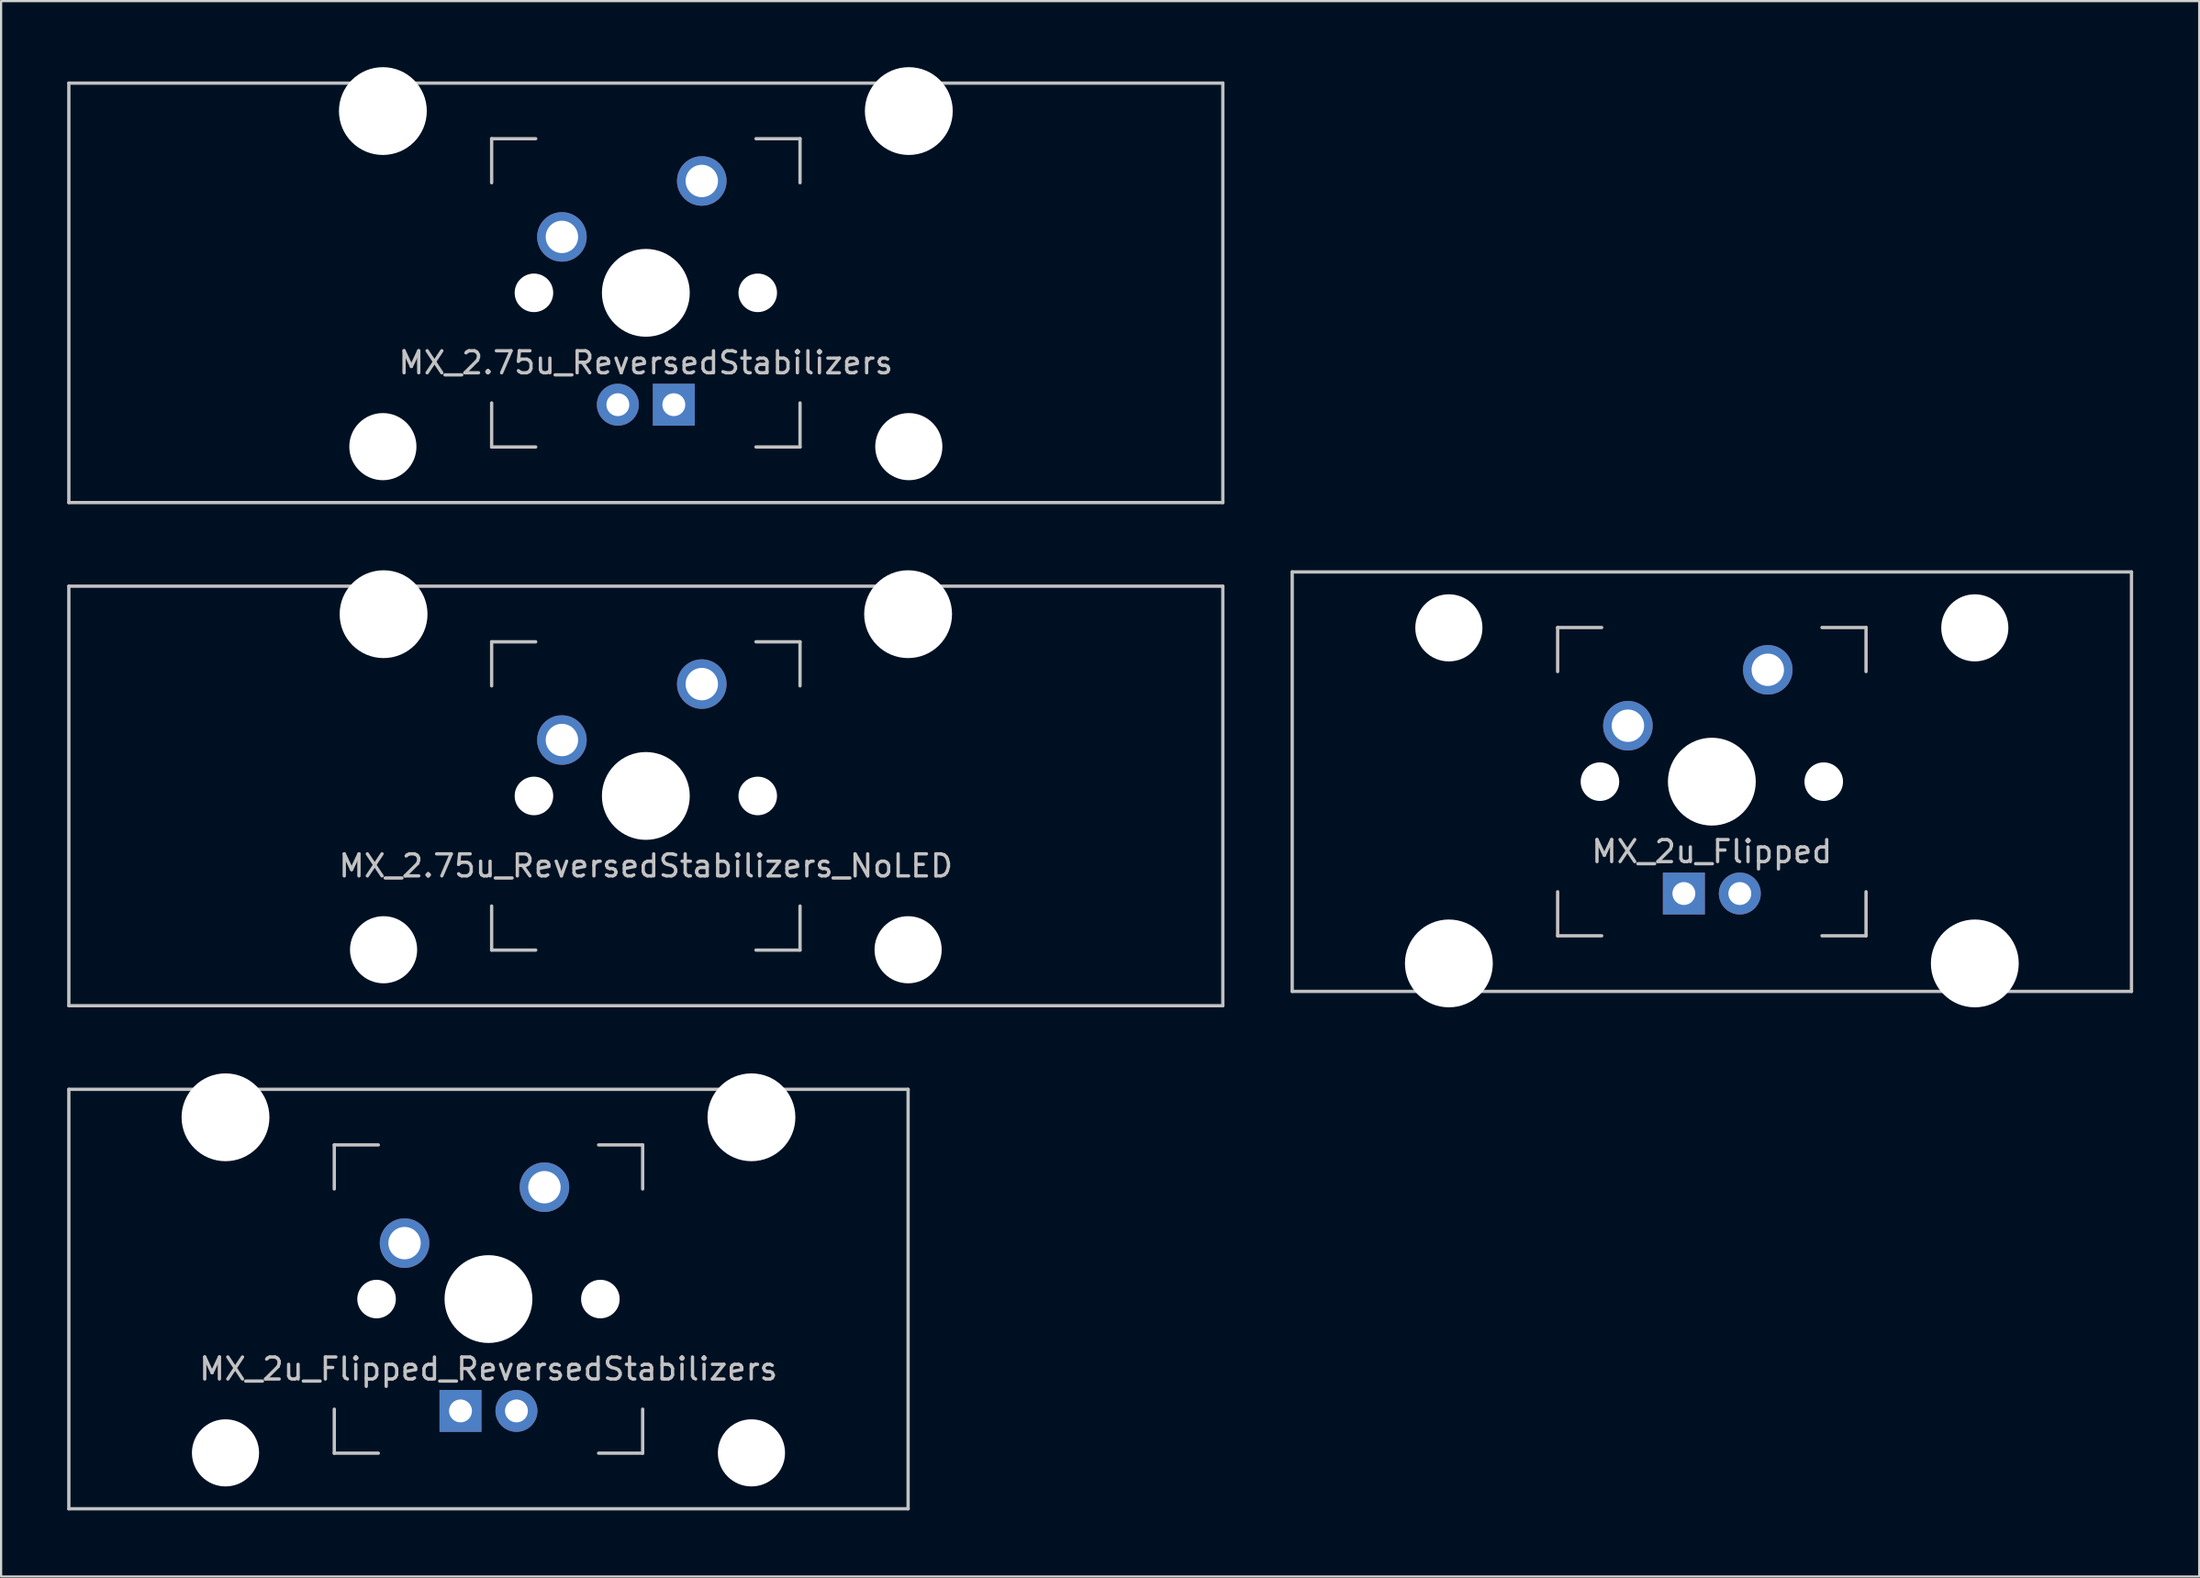
<source format=kicad_pcb>
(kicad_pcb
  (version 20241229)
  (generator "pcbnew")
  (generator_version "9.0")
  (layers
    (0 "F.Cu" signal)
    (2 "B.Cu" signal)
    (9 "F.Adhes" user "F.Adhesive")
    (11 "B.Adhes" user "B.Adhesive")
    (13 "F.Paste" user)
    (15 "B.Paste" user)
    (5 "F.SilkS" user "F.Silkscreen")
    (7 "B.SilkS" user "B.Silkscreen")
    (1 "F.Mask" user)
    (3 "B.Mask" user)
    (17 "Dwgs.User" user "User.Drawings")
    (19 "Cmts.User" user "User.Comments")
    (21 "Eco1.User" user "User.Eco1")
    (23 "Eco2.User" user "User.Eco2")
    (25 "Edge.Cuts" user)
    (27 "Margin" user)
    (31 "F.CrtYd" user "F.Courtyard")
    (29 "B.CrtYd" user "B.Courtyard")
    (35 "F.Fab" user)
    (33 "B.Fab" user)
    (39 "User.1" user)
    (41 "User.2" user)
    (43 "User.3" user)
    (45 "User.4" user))
  (footprint "MX_2u_Flipped"
    (layer "F.Cu")
    (at 74.662 32.449)
    (property "Reference" "MX_2u_Flipped" (at 0 3.175 0) (layer "Dwgs.User") (effects (font (size 1 1) (thickness 0.15))))
    (attr through_hole)
    (fp_line (start -19.05 -9.525) (end 19.05 -9.525) (stroke (width 0.15) (type solid)) (layer "Dwgs.User"))
    (fp_line (start -19.05 9.525) (end -19.05 -9.525) (stroke (width 0.15) (type solid)) (layer "Dwgs.User"))
    (fp_line (start -19.05 9.525) (end 19.05 9.525) (stroke (width 0.15) (type solid)) (layer "Dwgs.User"))
    (fp_line (start -7 -7) (end -7 -5) (stroke (width 0.15) (type solid)) (layer "Dwgs.User"))
    (fp_line (start -7 5) (end -7 7) (stroke (width 0.15) (type solid)) (layer "Dwgs.User"))
    (fp_line (start -7 7) (end -5 7) (stroke (width 0.15) (type solid)) (layer "Dwgs.User"))
    (fp_line (start -5 -7) (end -7 -7) (stroke (width 0.15) (type solid)) (layer "Dwgs.User"))
    (fp_line (start 5 -7) (end 7 -7) (stroke (width 0.15) (type solid)) (layer "Dwgs.User"))
    (fp_line (start 5 7) (end 7 7) (stroke (width 0.15) (type solid)) (layer "Dwgs.User"))
    (fp_line (start 7 -7) (end 7 -5) (stroke (width 0.15) (type solid)) (layer "Dwgs.User"))
    (fp_line (start 7 7) (end 7 5) (stroke (width 0.15) (type solid)) (layer "Dwgs.User"))
    (fp_line (start 19.05 -9.525) (end 19.05 9.525) (stroke (width 0.15) (type solid)) (layer "Dwgs.User"))
    (pad "" np_thru_hole circle (at -11.938 -6.985) (size 3.048 3.048) (drill 3.048) (layers "*.Cu" "*.Mask"))
    (pad "" np_thru_hole circle (at -11.938 8.255) (size 3.988 3.988) (drill 3.988) (layers "*.Cu" "*.Mask"))
    (pad "" np_thru_hole circle (at -5.08 0 48.1) (size 1.75 1.75) (drill 1.75) (layers "*.Cu" "*.Mask"))
    (pad "" np_thru_hole circle (at 0 0) (size 3.988 3.988) (drill 3.988) (layers "*.Cu" "*.Mask"))
    (pad "" np_thru_hole circle (at 5.08 0 48.1) (size 1.75 1.75) (drill 1.75) (layers "*.Cu" "*.Mask"))
    (pad "" np_thru_hole circle (at 11.938 -6.985) (size 3.048 3.048) (drill 3.048) (layers "*.Cu" "*.Mask"))
    (pad "" np_thru_hole circle (at 11.938 8.255) (size 3.988 3.988) (drill 3.988) (layers "*.Cu" "*.Mask"))
    (pad "1" thru_hole circle (at -3.81 -2.54) (size 2.25 2.25) (drill 1.47) (layers "*.Cu" "B.Mask"))
    (pad "2" thru_hole circle (at 2.54 -5.08) (size 2.25 2.25) (drill 1.47) (layers "*.Cu" "B.Mask"))
    (pad "3" thru_hole circle (at 1.27 5.08) (size 1.905 1.905) (drill 1.04) (layers "*.Cu" "B.Mask"))
    (pad "4" thru_hole rect (at -1.27 5.08) (size 1.905 1.905) (drill 1.04) (layers "*.Cu" "B.Mask")))
  (footprint "MX_2.75u_ReversedStabilizers_NoLED"
    (layer "F.Cu")
    (at 26.269 33.098)
    (property "Reference" "MX_2.75u_ReversedStabilizers_NoLED" (at 0 3.175 0) (layer "Dwgs.User") (effects (font (size 1 1) (thickness 0.15))))
    (attr through_hole)
    (fp_line (start -26.194 -9.525) (end 26.194 -9.525) (stroke (width 0.15) (type solid)) (layer "Dwgs.User"))
    (fp_line (start -26.194 9.525) (end -26.194 -9.525) (stroke (width 0.15) (type solid)) (layer "Dwgs.User"))
    (fp_line (start -26.194 9.525) (end 26.194 9.525) (stroke (width 0.15) (type solid)) (layer "Dwgs.User"))
    (fp_line (start -7 -7) (end -7 -5) (stroke (width 0.15) (type solid)) (layer "Dwgs.User"))
    (fp_line (start -7 5) (end -7 7) (stroke (width 0.15) (type solid)) (layer "Dwgs.User"))
    (fp_line (start -7 7) (end -5 7) (stroke (width 0.15) (type solid)) (layer "Dwgs.User"))
    (fp_line (start -5 -7) (end -7 -7) (stroke (width 0.15) (type solid)) (layer "Dwgs.User"))
    (fp_line (start 5 -7) (end 7 -7) (stroke (width 0.15) (type solid)) (layer "Dwgs.User"))
    (fp_line (start 5 7) (end 7 7) (stroke (width 0.15) (type solid)) (layer "Dwgs.User"))
    (fp_line (start 7 -7) (end 7 -5) (stroke (width 0.15) (type solid)) (layer "Dwgs.User"))
    (fp_line (start 7 7) (end 7 5) (stroke (width 0.15) (type solid)) (layer "Dwgs.User"))
    (fp_line (start 26.194 -9.525) (end 26.194 9.525) (stroke (width 0.15) (type solid)) (layer "Dwgs.User"))
    (pad "" np_thru_hole circle (at -11.906 -8.255) (size 3.988 3.988) (drill 3.988) (layers "*.Cu" "*.Mask"))
    (pad "" np_thru_hole circle (at -11.906 6.985) (size 3.048 3.048) (drill 3.048) (layers "*.Cu" "*.Mask"))
    (pad "" np_thru_hole circle (at -5.08 0 48.1) (size 1.75 1.75) (drill 1.75) (layers "*.Cu" "*.Mask"))
    (pad "" np_thru_hole circle (at 0 0) (size 3.988 3.988) (drill 3.988) (layers "*.Cu" "*.Mask"))
    (pad "" np_thru_hole circle (at 5.08 0 48.1) (size 1.75 1.75) (drill 1.75) (layers "*.Cu" "*.Mask"))
    (pad "" np_thru_hole circle (at 11.906 -8.255) (size 3.988 3.988) (drill 3.988) (layers "*.Cu" "*.Mask"))
    (pad "" np_thru_hole circle (at 11.906 6.985) (size 3.048 3.048) (drill 3.048) (layers "*.Cu" "*.Mask"))
    (pad "1" thru_hole circle (at -3.81 -2.54) (size 2.25 2.25) (drill 1.47) (layers "*.Cu" "B.Mask"))
    (pad "2" thru_hole circle (at 2.54 -5.08) (size 2.25 2.25) (drill 1.47) (layers "*.Cu" "B.Mask")))
  (footprint "MX_2u_Flipped_ReversedStabilizers"
    (layer "F.Cu")
    (at 19.125 55.947)
    (property "Reference" "MX_2u_Flipped_ReversedStabilizers" (at 0 3.175 0) (layer "Dwgs.User") (effects (font (size 1 1) (thickness 0.15))))
    (attr through_hole)
    (fp_line (start -19.05 -9.525) (end 19.05 -9.525) (stroke (width 0.15) (type solid)) (layer "Dwgs.User"))
    (fp_line (start -19.05 9.525) (end -19.05 -9.525) (stroke (width 0.15) (type solid)) (layer "Dwgs.User"))
    (fp_line (start -19.05 9.525) (end 19.05 9.525) (stroke (width 0.15) (type solid)) (layer "Dwgs.User"))
    (fp_line (start -7 -7) (end -7 -5) (stroke (width 0.15) (type solid)) (layer "Dwgs.User"))
    (fp_line (start -7 5) (end -7 7) (stroke (width 0.15) (type solid)) (layer "Dwgs.User"))
    (fp_line (start -7 7) (end -5 7) (stroke (width 0.15) (type solid)) (layer "Dwgs.User"))
    (fp_line (start -5 -7) (end -7 -7) (stroke (width 0.15) (type solid)) (layer "Dwgs.User"))
    (fp_line (start 5 -7) (end 7 -7) (stroke (width 0.15) (type solid)) (layer "Dwgs.User"))
    (fp_line (start 5 7) (end 7 7) (stroke (width 0.15) (type solid)) (layer "Dwgs.User"))
    (fp_line (start 7 -7) (end 7 -5) (stroke (width 0.15) (type solid)) (layer "Dwgs.User"))
    (fp_line (start 7 7) (end 7 5) (stroke (width 0.15) (type solid)) (layer "Dwgs.User"))
    (fp_line (start 19.05 -9.525) (end 19.05 9.525) (stroke (width 0.15) (type solid)) (layer "Dwgs.User"))
    (pad "" np_thru_hole circle (at -11.938 -8.255) (size 3.988 3.988) (drill 3.988) (layers "*.Cu" "*.Mask"))
    (pad "" np_thru_hole circle (at -11.938 6.985) (size 3.048 3.048) (drill 3.048) (layers "*.Cu" "*.Mask"))
    (pad "" np_thru_hole circle (at -5.08 0 48.1) (size 1.75 1.75) (drill 1.75) (layers "*.Cu" "*.Mask"))
    (pad "" np_thru_hole circle (at 0 0) (size 3.988 3.988) (drill 3.988) (layers "*.Cu" "*.Mask"))
    (pad "" np_thru_hole circle (at 5.08 0 48.1) (size 1.75 1.75) (drill 1.75) (layers "*.Cu" "*.Mask"))
    (pad "" np_thru_hole circle (at 11.938 -8.255) (size 3.988 3.988) (drill 3.988) (layers "*.Cu" "*.Mask"))
    (pad "" np_thru_hole circle (at 11.938 6.985) (size 3.048 3.048) (drill 3.048) (layers "*.Cu" "*.Mask"))
    (pad "1" thru_hole circle (at -3.81 -2.54) (size 2.25 2.25) (drill 1.47) (layers "*.Cu" "B.Mask"))
    (pad "2" thru_hole circle (at 2.54 -5.08) (size 2.25 2.25) (drill 1.47) (layers "*.Cu" "B.Mask"))
    (pad "3" thru_hole circle (at 1.27 5.08) (size 1.905 1.905) (drill 1.04) (layers "*.Cu" "B.Mask"))
    (pad "4" thru_hole rect (at -1.27 5.08) (size 1.905 1.905) (drill 1.04) (layers "*.Cu" "B.Mask")))
  (footprint "MX_2.75u_ReversedStabilizers"
    (layer "F.Cu")
    (at 26.269 10.249)
    (property "Reference" "MX_2.75u_ReversedStabilizers" (at 0 3.175 0) (layer "Dwgs.User") (effects (font (size 1 1) (thickness 0.15))))
    (attr through_hole)
    (fp_line (start -26.194 -9.525) (end 26.194 -9.525) (stroke (width 0.15) (type solid)) (layer "Dwgs.User"))
    (fp_line (start -26.194 9.525) (end -26.194 -9.525) (stroke (width 0.15) (type solid)) (layer "Dwgs.User"))
    (fp_line (start -26.194 9.525) (end 26.194 9.525) (stroke (width 0.15) (type solid)) (layer "Dwgs.User"))
    (fp_line (start -7 -7) (end -7 -5) (stroke (width 0.15) (type solid)) (layer "Dwgs.User"))
    (fp_line (start -7 5) (end -7 7) (stroke (width 0.15) (type solid)) (layer "Dwgs.User"))
    (fp_line (start -7 7) (end -5 7) (stroke (width 0.15) (type solid)) (layer "Dwgs.User"))
    (fp_line (start -5 -7) (end -7 -7) (stroke (width 0.15) (type solid)) (layer "Dwgs.User"))
    (fp_line (start 5 -7) (end 7 -7) (stroke (width 0.15) (type solid)) (layer "Dwgs.User"))
    (fp_line (start 5 7) (end 7 7) (stroke (width 0.15) (type solid)) (layer "Dwgs.User"))
    (fp_line (start 7 -7) (end 7 -5) (stroke (width 0.15) (type solid)) (layer "Dwgs.User"))
    (fp_line (start 7 7) (end 7 5) (stroke (width 0.15) (type solid)) (layer "Dwgs.User"))
    (fp_line (start 26.194 -9.525) (end 26.194 9.525) (stroke (width 0.15) (type solid)) (layer "Dwgs.User"))
    (pad "" np_thru_hole circle (at -11.938 -8.255) (size 3.988 3.988) (drill 3.988) (layers "*.Cu" "*.Mask"))
    (pad "" np_thru_hole circle (at -11.938 6.985) (size 3.048 3.048) (drill 3.048) (layers "*.Cu" "*.Mask"))
    (pad "" np_thru_hole circle (at -5.08 0 48.1) (size 1.75 1.75) (drill 1.75) (layers "*.Cu" "*.Mask"))
    (pad "" np_thru_hole circle (at 0 0) (size 3.988 3.988) (drill 3.988) (layers "*.Cu" "*.Mask"))
    (pad "" np_thru_hole circle (at 5.08 0 48.1) (size 1.75 1.75) (drill 1.75) (layers "*.Cu" "*.Mask"))
    (pad "" np_thru_hole circle (at 11.938 -8.255) (size 3.988 3.988) (drill 3.988) (layers "*.Cu" "*.Mask"))
    (pad "" np_thru_hole circle (at 11.938 6.985) (size 3.048 3.048) (drill 3.048) (layers "*.Cu" "*.Mask"))
    (pad "1" thru_hole circle (at -3.81 -2.54) (size 2.25 2.25) (drill 1.47) (layers "*.Cu" "B.Mask"))
    (pad "2" thru_hole circle (at 2.54 -5.08) (size 2.25 2.25) (drill 1.47) (layers "*.Cu" "B.Mask"))
    (pad "3" thru_hole circle (at -1.27 5.08) (size 1.905 1.905) (drill 1.04) (layers "*.Cu" "B.Mask"))
    (pad "4" thru_hole rect (at 1.27 5.08) (size 1.905 1.905) (drill 1.04) (layers "*.Cu" "B.Mask")))
  (gr_rect
    (start -3 -3)
    (end 96.787 68.547)
    (stroke (width 0.1) (type default))
    (fill no)
    (layer "Edge.Cuts")))
</source>
